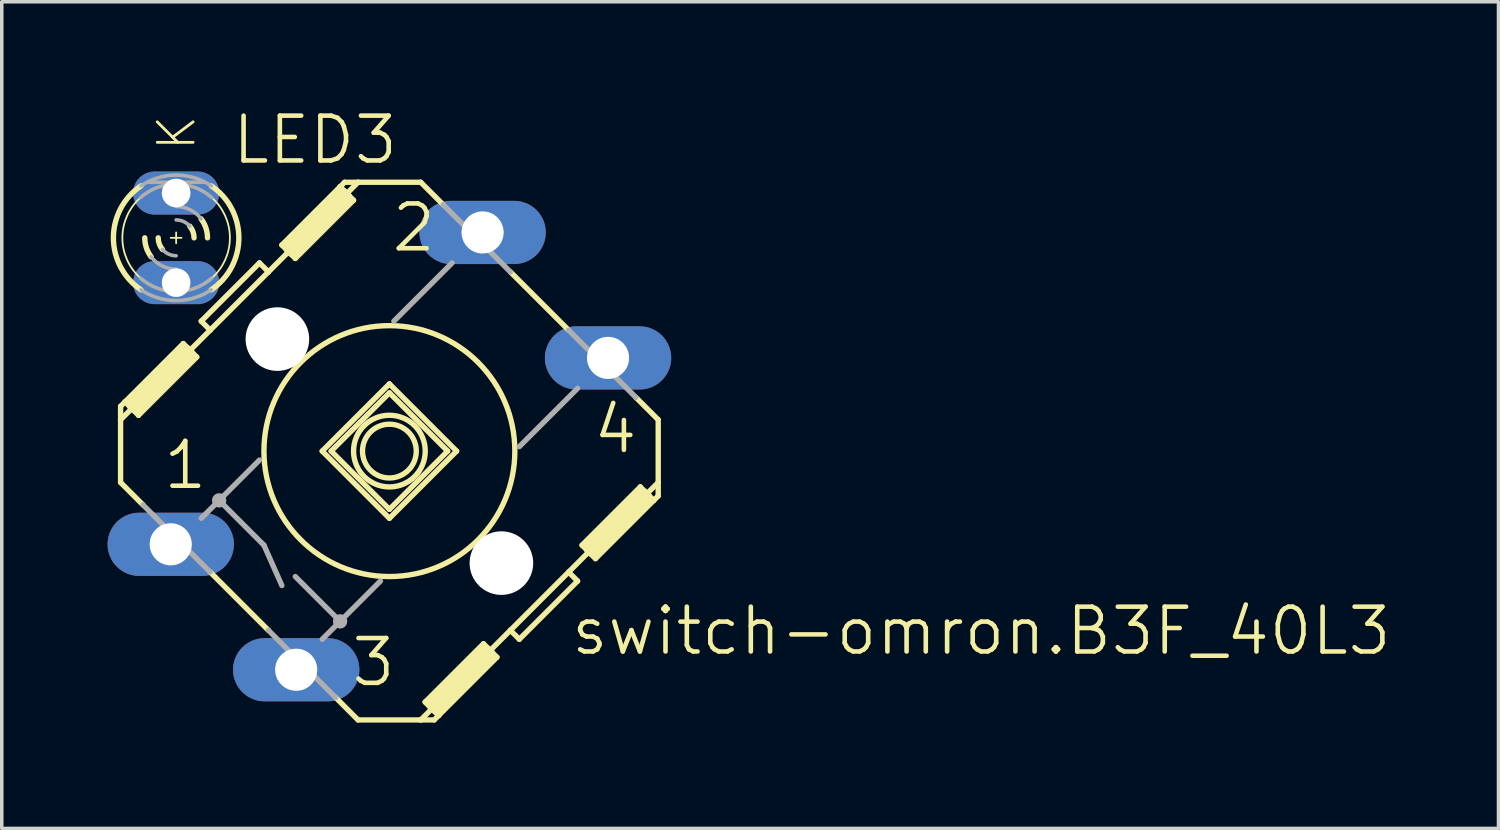
<source format=kicad_pcb>
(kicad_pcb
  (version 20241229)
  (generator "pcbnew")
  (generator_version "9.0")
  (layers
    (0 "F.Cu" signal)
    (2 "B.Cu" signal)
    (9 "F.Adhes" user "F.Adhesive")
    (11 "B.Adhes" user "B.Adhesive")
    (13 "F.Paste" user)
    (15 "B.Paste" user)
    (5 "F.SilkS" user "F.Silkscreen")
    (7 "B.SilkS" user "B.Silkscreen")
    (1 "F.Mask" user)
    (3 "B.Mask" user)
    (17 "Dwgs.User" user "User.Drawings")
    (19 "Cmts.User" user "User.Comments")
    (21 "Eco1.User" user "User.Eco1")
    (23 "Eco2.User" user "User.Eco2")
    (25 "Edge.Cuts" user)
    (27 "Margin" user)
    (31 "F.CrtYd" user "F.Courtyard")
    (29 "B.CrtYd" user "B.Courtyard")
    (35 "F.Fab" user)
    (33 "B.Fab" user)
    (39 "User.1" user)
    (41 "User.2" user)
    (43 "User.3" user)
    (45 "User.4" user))
  (footprint "switch-omron.B3F_40L3"
    (layer "F.Cu")
    (at 7.988 9.737)
    (property "Reference" "switch-omron.B3F_40L3" (at 5.08 5.842 0) (layer "F.SilkS") (effects (font (size 1.27 1.27) (thickness 0.13)) (justify left bottom)))
    (attr through_hole)
    (fp_line (start -7.62 -1.27) (end -7.62 -0.889) (stroke (width 0.152) (type default)) (layer "F.SilkS"))
    (fp_line (start -7.62 -0.889) (end -7.62 0.889) (stroke (width 0.152) (type default)) (layer "F.SilkS"))
    (fp_line (start -7.62 -0.889) (end -5.08 -3.429) (stroke (width 0.152) (type default)) (layer "F.SilkS"))
    (fp_line (start -7.62 0.889) (end -6.985 1.524) (stroke (width 0.152) (type default)) (layer "F.SilkS"))
    (fp_line (start -7.493 -1.397) (end -7.62 -1.27) (stroke (width 0.152) (type default)) (layer "F.SilkS"))
    (fp_line (start -7.493 -1.397) (end -7.366 -1.27) (stroke (width 0.152) (type default)) (layer "F.SilkS"))
    (fp_line (start -7.366 -1.397) (end -5.842 -2.921) (stroke (width 0.152) (type default)) (layer "F.SilkS"))
    (fp_line (start -7.366 -1.27) (end -7.366 -1.397) (stroke (width 0.152) (type default)) (layer "F.SilkS"))
    (fp_line (start -7.366 -1.27) (end -7.239 -1.143) (stroke (width 0.152) (type default)) (layer "F.SilkS"))
    (fp_line (start -7.366 -1.27) (end -5.715 -2.921) (stroke (width 0.152) (type default)) (layer "F.SilkS"))
    (fp_line (start -7.239 -1.143) (end -7.112 -1.016) (stroke (width 0.152) (type default)) (layer "F.SilkS"))
    (fp_line (start -7.112 -1.016) (end -7.112 -1.143) (stroke (width 0.152) (type default)) (layer "F.SilkS"))
    (fp_line (start -7.112 -1.016) (end -5.461 -2.667) (stroke (width 0.152) (type default)) (layer "F.SilkS"))
    (fp_line (start -6.045 -5.893) (end -6.045 -6.198) (stroke (width 0.051) (type default)) (layer "F.SilkS"))
    (fp_line (start -5.893 -6.045) (end -6.198 -6.045) (stroke (width 0.051) (type default)) (layer "F.SilkS"))
    (fp_line (start -5.842 -3.048) (end -7.493 -1.397) (stroke (width 0.152) (type default)) (layer "F.SilkS"))
    (fp_line (start -5.715 -2.921) (end -5.842 -3.048) (stroke (width 0.152) (type default)) (layer "F.SilkS"))
    (fp_line (start -5.588 -2.794) (end -7.239 -1.143) (stroke (width 0.152) (type default)) (layer "F.SilkS"))
    (fp_line (start -5.588 -2.794) (end -5.715 -2.921) (stroke (width 0.152) (type default)) (layer "F.SilkS"))
    (fp_line (start -5.588 -2.667) (end -7.112 -1.143) (stroke (width 0.152) (type default)) (layer "F.SilkS"))
    (fp_line (start -5.461 -2.667) (end -5.588 -2.794) (stroke (width 0.152) (type default)) (layer "F.SilkS"))
    (fp_line (start -5.08 -3.429) (end -5.334 -3.683) (stroke (width 0.152) (type default)) (layer "F.SilkS"))
    (fp_line (start -5.08 -3.429) (end -3.429 -5.08) (stroke (width 0.152) (type default)) (layer "F.SilkS"))
    (fp_line (start -5.08 3.429) (end -3.429 5.08) (stroke (width 0.152) (type default)) (layer "F.SilkS"))
    (fp_line (start -3.683 -5.334) (end -5.334 -3.683) (stroke (width 0.152) (type default)) (layer "F.SilkS"))
    (fp_line (start -3.683 -5.334) (end -3.429 -5.08) (stroke (width 0.152) (type default)) (layer "F.SilkS"))
    (fp_line (start -3.429 -5.08) (end -0.889 -7.62) (stroke (width 0.152) (type default)) (layer "F.SilkS"))
    (fp_line (start -3.048 -5.842) (end -2.921 -5.715) (stroke (width 0.152) (type default)) (layer "F.SilkS"))
    (fp_line (start -2.921 -5.842) (end -1.397 -7.366) (stroke (width 0.152) (type default)) (layer "F.SilkS"))
    (fp_line (start -2.921 -5.715) (end -2.794 -5.588) (stroke (width 0.152) (type default)) (layer "F.SilkS"))
    (fp_line (start -2.921 -5.715) (end -1.27 -7.366) (stroke (width 0.152) (type default)) (layer "F.SilkS"))
    (fp_line (start -2.794 -5.588) (end -2.667 -5.461) (stroke (width 0.152) (type default)) (layer "F.SilkS"))
    (fp_line (start -2.667 -5.461) (end -1.016 -7.112) (stroke (width 0.152) (type default)) (layer "F.SilkS"))
    (fp_line (start -1.524 6.985) (end -0.889 7.62) (stroke (width 0.152) (type default)) (layer "F.SilkS"))
    (fp_line (start -1.397 -7.493) (end -3.048 -5.842) (stroke (width 0.152) (type default)) (layer "F.SilkS"))
    (fp_line (start -1.397 -7.493) (end -1.397 -7.366) (stroke (width 0.152) (type default)) (layer "F.SilkS"))
    (fp_line (start -1.27 -7.62) (end -1.397 -7.493) (stroke (width 0.152) (type default)) (layer "F.SilkS"))
    (fp_line (start -1.27 -7.62) (end -0.889 -7.62) (stroke (width 0.152) (type default)) (layer "F.SilkS"))
    (fp_line (start -1.27 -7.366) (end -1.397 -7.493) (stroke (width 0.152) (type default)) (layer "F.SilkS"))
    (fp_line (start -1.143 -7.239) (end -2.794 -5.588) (stroke (width 0.152) (type default)) (layer "F.SilkS"))
    (fp_line (start -1.143 -7.239) (end -1.27 -7.366) (stroke (width 0.152) (type default)) (layer "F.SilkS"))
    (fp_line (start -1.143 -7.239) (end -1.143 -7.112) (stroke (width 0.152) (type default)) (layer "F.SilkS"))
    (fp_line (start -1.143 -7.112) (end -2.667 -5.588) (stroke (width 0.152) (type default)) (layer "F.SilkS"))
    (fp_line (start -1.016 -7.112) (end -1.143 -7.239) (stroke (width 0.152) (type default)) (layer "F.SilkS"))
    (fp_line (start -0.889 -7.62) (end 0.889 -7.62) (stroke (width 0.152) (type default)) (layer "F.SilkS"))
    (fp_line (start -0.889 7.62) (end 0.889 7.62) (stroke (width 0.152) (type default)) (layer "F.SilkS"))
    (fp_line (start 0 -1.905) (end -1.905 0) (stroke (width 0.152) (type default)) (layer "F.SilkS"))
    (fp_line (start 0 -1.905) (end 1.905 0) (stroke (width 0.152) (type default)) (layer "F.SilkS"))
    (fp_line (start 0 -1.651) (end -1.651 0) (stroke (width 0.152) (type default)) (layer "F.SilkS"))
    (fp_line (start 0 -1.651) (end 1.651 0) (stroke (width 0.152) (type default)) (layer "F.SilkS"))
    (fp_line (start 0 1.651) (end -1.651 0) (stroke (width 0.152) (type default)) (layer "F.SilkS"))
    (fp_line (start 0 1.651) (end 1.651 0) (stroke (width 0.152) (type default)) (layer "F.SilkS"))
    (fp_line (start 0 1.905) (end -1.905 0) (stroke (width 0.152) (type default)) (layer "F.SilkS"))
    (fp_line (start 0 1.905) (end 1.905 0) (stroke (width 0.152) (type default)) (layer "F.SilkS"))
    (fp_line (start 0.889 -7.62) (end 1.524 -6.985) (stroke (width 0.152) (type default)) (layer "F.SilkS"))
    (fp_line (start 0.889 7.62) (end 3.429 5.08) (stroke (width 0.152) (type default)) (layer "F.SilkS"))
    (fp_line (start 1.016 7.112) (end 1.143 7.239) (stroke (width 0.152) (type default)) (layer "F.SilkS"))
    (fp_line (start 1.143 7.112) (end 2.667 5.588) (stroke (width 0.152) (type default)) (layer "F.SilkS"))
    (fp_line (start 1.143 7.239) (end 1.143 7.112) (stroke (width 0.152) (type default)) (layer "F.SilkS"))
    (fp_line (start 1.143 7.239) (end 1.27 7.366) (stroke (width 0.152) (type default)) (layer "F.SilkS"))
    (fp_line (start 1.143 7.239) (end 2.794 5.588) (stroke (width 0.152) (type default)) (layer "F.SilkS"))
    (fp_line (start 1.27 7.366) (end 1.397 7.493) (stroke (width 0.152) (type default)) (layer "F.SilkS"))
    (fp_line (start 1.27 7.62) (end 0.889 7.62) (stroke (width 0.152) (type default)) (layer "F.SilkS"))
    (fp_line (start 1.27 7.62) (end 1.397 7.493) (stroke (width 0.152) (type default)) (layer "F.SilkS"))
    (fp_line (start 1.397 7.493) (end 1.016 7.112) (stroke (width 0.152) (type default)) (layer "F.SilkS"))
    (fp_line (start 1.397 7.493) (end 1.397 7.366) (stroke (width 0.152) (type default)) (layer "F.SilkS"))
    (fp_line (start 1.397 7.493) (end 3.048 5.842) (stroke (width 0.152) (type default)) (layer "F.SilkS"))
    (fp_line (start 2.667 5.461) (end 1.016 7.112) (stroke (width 0.152) (type default)) (layer "F.SilkS"))
    (fp_line (start 2.794 5.588) (end 2.667 5.461) (stroke (width 0.152) (type default)) (layer "F.SilkS"))
    (fp_line (start 2.921 5.715) (end 1.27 7.366) (stroke (width 0.152) (type default)) (layer "F.SilkS"))
    (fp_line (start 2.921 5.715) (end 2.794 5.588) (stroke (width 0.152) (type default)) (layer "F.SilkS"))
    (fp_line (start 2.921 5.842) (end 1.397 7.366) (stroke (width 0.152) (type default)) (layer "F.SilkS"))
    (fp_line (start 3.048 5.842) (end 2.921 5.715) (stroke (width 0.152) (type default)) (layer "F.SilkS"))
    (fp_line (start 3.429 -5.08) (end 5.08 -3.429) (stroke (width 0.152) (type default)) (layer "F.SilkS"))
    (fp_line (start 3.429 5.08) (end 7.62 0.889) (stroke (width 0.152) (type default)) (layer "F.SilkS"))
    (fp_line (start 3.683 5.334) (end 3.429 5.08) (stroke (width 0.152) (type default)) (layer "F.SilkS"))
    (fp_line (start 5.08 3.429) (end 5.334 3.683) (stroke (width 0.152) (type default)) (layer "F.SilkS"))
    (fp_line (start 5.334 3.683) (end 3.683 5.334) (stroke (width 0.152) (type default)) (layer "F.SilkS"))
    (fp_line (start 5.461 2.667) (end 5.588 2.794) (stroke (width 0.152) (type default)) (layer "F.SilkS"))
    (fp_line (start 5.588 2.667) (end 7.112 1.143) (stroke (width 0.152) (type default)) (layer "F.SilkS"))
    (fp_line (start 5.588 2.794) (end 5.715 2.921) (stroke (width 0.152) (type default)) (layer "F.SilkS"))
    (fp_line (start 5.588 2.794) (end 7.239 1.143) (stroke (width 0.152) (type default)) (layer "F.SilkS"))
    (fp_line (start 5.715 2.921) (end 5.842 3.048) (stroke (width 0.152) (type default)) (layer "F.SilkS"))
    (fp_line (start 5.842 3.048) (end 7.493 1.397) (stroke (width 0.152) (type default)) (layer "F.SilkS"))
    (fp_line (start 6.985 -1.524) (end 7.62 -0.889) (stroke (width 0.152) (type default)) (layer "F.SilkS"))
    (fp_line (start 7.112 1.016) (end 5.461 2.667) (stroke (width 0.152) (type default)) (layer "F.SilkS"))
    (fp_line (start 7.112 1.016) (end 7.112 1.143) (stroke (width 0.152) (type default)) (layer "F.SilkS"))
    (fp_line (start 7.239 1.143) (end 7.112 1.016) (stroke (width 0.152) (type default)) (layer "F.SilkS"))
    (fp_line (start 7.366 1.27) (end 5.715 2.921) (stroke (width 0.152) (type default)) (layer "F.SilkS"))
    (fp_line (start 7.366 1.27) (end 7.239 1.143) (stroke (width 0.152) (type default)) (layer "F.SilkS"))
    (fp_line (start 7.366 1.27) (end 7.366 1.397) (stroke (width 0.152) (type default)) (layer "F.SilkS"))
    (fp_line (start 7.366 1.397) (end 5.842 2.921) (stroke (width 0.152) (type default)) (layer "F.SilkS"))
    (fp_line (start 7.493 1.397) (end 7.366 1.27) (stroke (width 0.152) (type default)) (layer "F.SilkS"))
    (fp_line (start 7.493 1.397) (end 7.62 1.27) (stroke (width 0.152) (type default)) (layer "F.SilkS"))
    (fp_line (start 7.62 -0.889) (end 7.62 0.889) (stroke (width 0.152) (type default)) (layer "F.SilkS"))
    (fp_line (start 7.62 1.27) (end 7.62 0.889) (stroke (width 0.152) (type default)) (layer "F.SilkS"))
    (fp_arc (start -7.0532 -4.9022) (mid -7.569179 -6.0452) (end -7.0532 -7.1882) (stroke (width 0.0508) (type default)) (layer "F.SilkS"))
    (fp_arc (start -7.0407 -4.572) (mid -7.823215 -6.0452) (end -7.0407 -7.5184) (stroke (width 0.1524) (type default)) (layer "F.SilkS"))
    (fp_arc (start -6.7516 -5.5054) (mid -6.887323 -5.760273) (end -6.9342 -6.0452) (stroke (width 0.1524) (type default)) (layer "F.SilkS"))
    (fp_arc (start -6.4312 -5.715) (mid -6.521715 -5.869195) (end -6.5532 -6.0452) (stroke (width 0.1524) (type default)) (layer "F.SilkS"))
    (fp_arc (start -5.6592 -6.3754) (mid -5.568685 -6.221205) (end -5.5372 -6.0452) (stroke (width 0.1524) (type default)) (layer "F.SilkS"))
    (fp_arc (start -5.3388 -6.585) (mid -5.203077 -6.330127) (end -5.1562 -6.0452) (stroke (width 0.1524) (type default)) (layer "F.SilkS"))
    (fp_arc (start -5.0497 -7.5184) (mid -4.267185 -6.0452) (end -5.0497 -4.572) (stroke (width 0.1524) (type default)) (layer "F.SilkS"))
    (fp_arc (start -5.0372 -7.1882) (mid -4.521221 -6.0452) (end -5.0372 -4.9022) (stroke (width 0.0508) (type default)) (layer "F.SilkS"))
    (fp_circle (center 0 0) (end 0.762 0) (stroke (width 0.152) (type default)) (fill no) (layer "F.SilkS"))
    (fp_circle (center 0 0) (end 1.016 0) (stroke (width 0.152) (type default)) (fill no) (layer "F.SilkS"))
    (fp_circle (center 0 0) (end 3.556 0) (stroke (width 0.152) (type default)) (fill no) (layer "F.SilkS"))
    (fp_line (start -6.833 -7.62) (end -5.258 -7.62) (stroke (width 0.102) (type default)) (layer "F.Fab"))
    (fp_line (start -6.604 2.413) (end -5.969 3.048) (stroke (width 0.152) (type default)) (layer "F.Fab"))
    (fp_line (start -6.477 2.286) (end -6.604 2.413) (stroke (width 0.152) (type default)) (layer "F.Fab"))
    (fp_line (start -6.477 2.286) (end -6.477 2.413) (stroke (width 0.152) (type default)) (layer "F.Fab"))
    (fp_line (start -6.477 2.286) (end -5.842 2.921) (stroke (width 0.152) (type default)) (layer "F.Fab"))
    (fp_line (start -6.477 2.413) (end -5.969 2.921) (stroke (width 0.152) (type default)) (layer "F.Fab"))
    (fp_line (start -6.35 2.159) (end -6.985 1.524) (stroke (width 0.152) (type default)) (layer "F.Fab"))
    (fp_line (start -6.35 2.159) (end -6.477 2.286) (stroke (width 0.152) (type default)) (layer "F.Fab"))
    (fp_line (start -6.35 2.286) (end -5.842 2.794) (stroke (width 0.152) (type default)) (layer "F.Fab"))
    (fp_line (start -5.969 3.048) (end -5.842 2.921) (stroke (width 0.152) (type default)) (layer "F.Fab"))
    (fp_line (start -5.842 2.921) (end -5.715 2.794) (stroke (width 0.152) (type default)) (layer "F.Fab"))
    (fp_line (start -5.715 2.794) (end -6.35 2.159) (stroke (width 0.152) (type default)) (layer "F.Fab"))
    (fp_line (start -5.715 2.794) (end -5.842 2.794) (stroke (width 0.152) (type default)) (layer "F.Fab"))
    (fp_line (start -5.334 1.905) (end -4.826 1.397) (stroke (width 0.152) (type default)) (layer "F.Fab"))
    (fp_line (start -5.08 3.429) (end -5.715 2.794) (stroke (width 0.152) (type default)) (layer "F.Fab"))
    (fp_line (start -4.826 1.397) (end -3.683 0.254) (stroke (width 0.152) (type default)) (layer "F.Fab"))
    (fp_line (start -3.556 2.667) (end -4.826 1.397) (stroke (width 0.152) (type default)) (layer "F.Fab"))
    (fp_line (start -3.048 3.81) (end -3.556 2.667) (stroke (width 0.152) (type default)) (layer "F.Fab"))
    (fp_line (start -3.048 5.969) (end -2.413 6.604) (stroke (width 0.152) (type default)) (layer "F.Fab"))
    (fp_line (start -2.921 5.842) (end -3.048 5.969) (stroke (width 0.152) (type default)) (layer "F.Fab"))
    (fp_line (start -2.921 5.842) (end -2.921 5.969) (stroke (width 0.152) (type default)) (layer "F.Fab"))
    (fp_line (start -2.921 5.842) (end -2.286 6.477) (stroke (width 0.152) (type default)) (layer "F.Fab"))
    (fp_line (start -2.921 5.969) (end -2.413 6.477) (stroke (width 0.152) (type default)) (layer "F.Fab"))
    (fp_line (start -2.794 5.715) (end -3.429 5.08) (stroke (width 0.152) (type default)) (layer "F.Fab"))
    (fp_line (start -2.794 5.715) (end -2.921 5.842) (stroke (width 0.152) (type default)) (layer "F.Fab"))
    (fp_line (start -2.794 5.842) (end -2.286 6.35) (stroke (width 0.152) (type default)) (layer "F.Fab"))
    (fp_line (start -2.667 3.556) (end -1.397 4.826) (stroke (width 0.152) (type default)) (layer "F.Fab"))
    (fp_line (start -2.413 6.604) (end -2.286 6.477) (stroke (width 0.152) (type default)) (layer "F.Fab"))
    (fp_line (start -2.286 6.477) (end -2.159 6.35) (stroke (width 0.152) (type default)) (layer "F.Fab"))
    (fp_line (start -2.159 6.35) (end -2.794 5.715) (stroke (width 0.152) (type default)) (layer "F.Fab"))
    (fp_line (start -2.159 6.35) (end -2.286 6.35) (stroke (width 0.152) (type default)) (layer "F.Fab"))
    (fp_line (start -1.524 6.985) (end -2.159 6.35) (stroke (width 0.152) (type default)) (layer "F.Fab"))
    (fp_line (start -1.397 4.826) (end -1.905 5.334) (stroke (width 0.152) (type default)) (layer "F.Fab"))
    (fp_line (start -0.254 3.683) (end -1.397 4.826) (stroke (width 0.152) (type default)) (layer "F.Fab"))
    (fp_line (start 0.127 -3.683) (end 1.778 -5.334) (stroke (width 0.152) (type default)) (layer "F.Fab"))
    (fp_line (start 2.159 -6.35) (end 1.524 -6.985) (stroke (width 0.152) (type default)) (layer "F.Fab"))
    (fp_line (start 2.159 -6.35) (end 2.286 -6.35) (stroke (width 0.152) (type default)) (layer "F.Fab"))
    (fp_line (start 2.286 -6.477) (end 2.159 -6.35) (stroke (width 0.152) (type default)) (layer "F.Fab"))
    (fp_line (start 2.413 -6.604) (end 2.286 -6.477) (stroke (width 0.152) (type default)) (layer "F.Fab"))
    (fp_line (start 2.794 -5.842) (end 2.286 -6.35) (stroke (width 0.152) (type default)) (layer "F.Fab"))
    (fp_line (start 2.794 -5.715) (end 2.159 -6.35) (stroke (width 0.152) (type default)) (layer "F.Fab"))
    (fp_line (start 2.794 -5.715) (end 2.921 -5.842) (stroke (width 0.152) (type default)) (layer "F.Fab"))
    (fp_line (start 2.794 -5.715) (end 3.429 -5.08) (stroke (width 0.152) (type default)) (layer "F.Fab"))
    (fp_line (start 2.921 -5.969) (end 2.413 -6.477) (stroke (width 0.152) (type default)) (layer "F.Fab"))
    (fp_line (start 2.921 -5.842) (end 2.286 -6.477) (stroke (width 0.152) (type default)) (layer "F.Fab"))
    (fp_line (start 2.921 -5.842) (end 2.921 -5.969) (stroke (width 0.152) (type default)) (layer "F.Fab"))
    (fp_line (start 2.921 -5.842) (end 3.048 -5.969) (stroke (width 0.152) (type default)) (layer "F.Fab"))
    (fp_line (start 3.048 -5.969) (end 2.413 -6.604) (stroke (width 0.152) (type default)) (layer "F.Fab"))
    (fp_line (start 3.683 -0.127) (end 5.334 -1.778) (stroke (width 0.152) (type default)) (layer "F.Fab"))
    (fp_line (start 5.715 -2.794) (end 5.842 -2.794) (stroke (width 0.152) (type default)) (layer "F.Fab"))
    (fp_line (start 5.715 -2.794) (end 6.35 -2.159) (stroke (width 0.152) (type default)) (layer "F.Fab"))
    (fp_line (start 5.842 -2.921) (end 5.715 -2.794) (stroke (width 0.152) (type default)) (layer "F.Fab"))
    (fp_line (start 5.969 -3.048) (end 5.842 -2.921) (stroke (width 0.152) (type default)) (layer "F.Fab"))
    (fp_line (start 6.35 -2.286) (end 5.842 -2.794) (stroke (width 0.152) (type default)) (layer "F.Fab"))
    (fp_line (start 6.35 -2.159) (end 5.08 -3.429) (stroke (width 0.152) (type default)) (layer "F.Fab"))
    (fp_line (start 6.35 -2.159) (end 6.477 -2.286) (stroke (width 0.152) (type default)) (layer "F.Fab"))
    (fp_line (start 6.35 -2.159) (end 6.985 -1.524) (stroke (width 0.152) (type default)) (layer "F.Fab"))
    (fp_line (start 6.477 -2.413) (end 5.969 -2.921) (stroke (width 0.152) (type default)) (layer "F.Fab"))
    (fp_line (start 6.477 -2.286) (end 5.842 -2.921) (stroke (width 0.152) (type default)) (layer "F.Fab"))
    (fp_line (start 6.477 -2.286) (end 6.477 -2.413) (stroke (width 0.152) (type default)) (layer "F.Fab"))
    (fp_line (start 6.477 -2.286) (end 6.604 -2.413) (stroke (width 0.152) (type default)) (layer "F.Fab"))
    (fp_line (start 6.604 -2.413) (end 5.969 -3.048) (stroke (width 0.152) (type default)) (layer "F.Fab"))
    (fp_arc (start -7.0532 -7.1882) (mid -6.0452 -7.569179) (end -5.0372 -7.1882) (stroke (width 0.1016) (type default)) (layer "F.Fab"))
    (fp_arc (start -7.0407 -7.5184) (mid -6.0452 -7.823215) (end -5.0497 -7.5184) (stroke (width 0.1016) (type default)) (layer "F.Fab"))
    (fp_arc (start -6.0452 -6.9342) (mid -5.651196 -6.842143) (end -5.3388 -6.585) (stroke (width 0.1016) (type default)) (layer "F.Fab"))
    (fp_arc (start -6.0452 -6.5532) (mid -5.832714 -6.506604) (end -5.6592 -6.3754) (stroke (width 0.1016) (type default)) (layer "F.Fab"))
    (fp_arc (start -6.0452 -5.5372) (mid -6.257686 -5.583796) (end -6.4312 -5.715) (stroke (width 0.1016) (type default)) (layer "F.Fab"))
    (fp_arc (start -6.0452 -5.1562) (mid -6.439204 -5.248257) (end -6.7516 -5.5054) (stroke (width 0.1016) (type default)) (layer "F.Fab"))
    (fp_arc (start -5.0497 -4.572) (mid -6.0452 -4.267185) (end -7.0407 -4.572) (stroke (width 0.1016) (type default)) (layer "F.Fab"))
    (fp_arc (start -5.0372 -4.9022) (mid -6.0452 -4.521221) (end -7.0532 -4.9022) (stroke (width 0.1016) (type default)) (layer "F.Fab"))
    (fp_circle (center -4.826 1.397) (end -4.699 1.397) (stroke (width 0.152) (type default)) (fill no) (layer "F.Fab"))
    (fp_circle (center -1.397 4.826) (end -1.27 4.826) (stroke (width 0.152) (type default)) (fill no) (layer "F.Fab"))
    (fp_text user "3" (at -1.143 6.731 0) (layer "F.SilkS") (effects (font (size 1.27 1.27) (thickness 0.13)) (justify left bottom)))
    (fp_text user "4" (at 5.715 0.127 0) (layer "F.SilkS") (effects (font (size 1.27 1.27) (thickness 0.13)) (justify left bottom)))
    (fp_text user "1" (at -6.477 1.143 0) (layer "F.SilkS") (effects (font (size 1.27 1.27) (thickness 0.13)) (justify left bottom)))
    (fp_text user "K" (at -5.436 -8.458 90) (layer "F.SilkS") (effects (font (size 1.016 1.016) (thickness 0.08)) (justify left bottom)))
    (fp_text user "2" (at 0 -5.588 0) (layer "F.SilkS") (effects (font (size 1.27 1.27) (thickness 0.13)) (justify left bottom)))
    (fp_text user "LED3" (at -4.521 -8.077 0) (layer "F.SilkS") (effects (font (size 1.27 1.27) (thickness 0.13)) (justify left bottom)))
    (pad "" np_thru_hole circle (at -3.175 -3.175) (size 1.803 1.803) (drill 1.803) (layers "*.Cu" "*.Mask"))
    (pad "" np_thru_hole circle (at 3.175 3.175) (size 1.803 1.803) (drill 1.803) (layers "*.Cu" "*.Mask"))
    (pad "1" thru_hole oval (at -6.198 2.642) (size 3.581 1.791) (drill 1.194) (layers "*.Cu" "*.Mask"))
    (pad "2" thru_hole oval (at 2.642 -6.198) (size 3.581 1.791) (drill 1.194) (layers "*.Cu" "*.Mask"))
    (pad "3" thru_hole oval (at -2.642 6.198) (size 3.581 1.791) (drill 1.194) (layers "*.Cu" "*.Mask"))
    (pad "4" thru_hole oval (at 6.198 -2.642) (size 3.581 1.791) (drill 1.194) (layers "*.Cu" "*.Mask"))
    (pad "A" thru_hole oval (at -6.045 -4.775) (size 2.438 1.219) (drill 0.813) (layers "*.Cu" "*.Mask"))
    (pad "K" thru_hole oval (at -6.045 -7.315) (size 2.438 1.219) (drill 0.813) (layers "*.Cu" "*.Mask")))
  (gr_rect
    (start -3 -3)
    (end 39.427 20.433)
    (stroke (width 0.1) (type default))
    (fill no)
    (layer "Edge.Cuts")))
</source>
